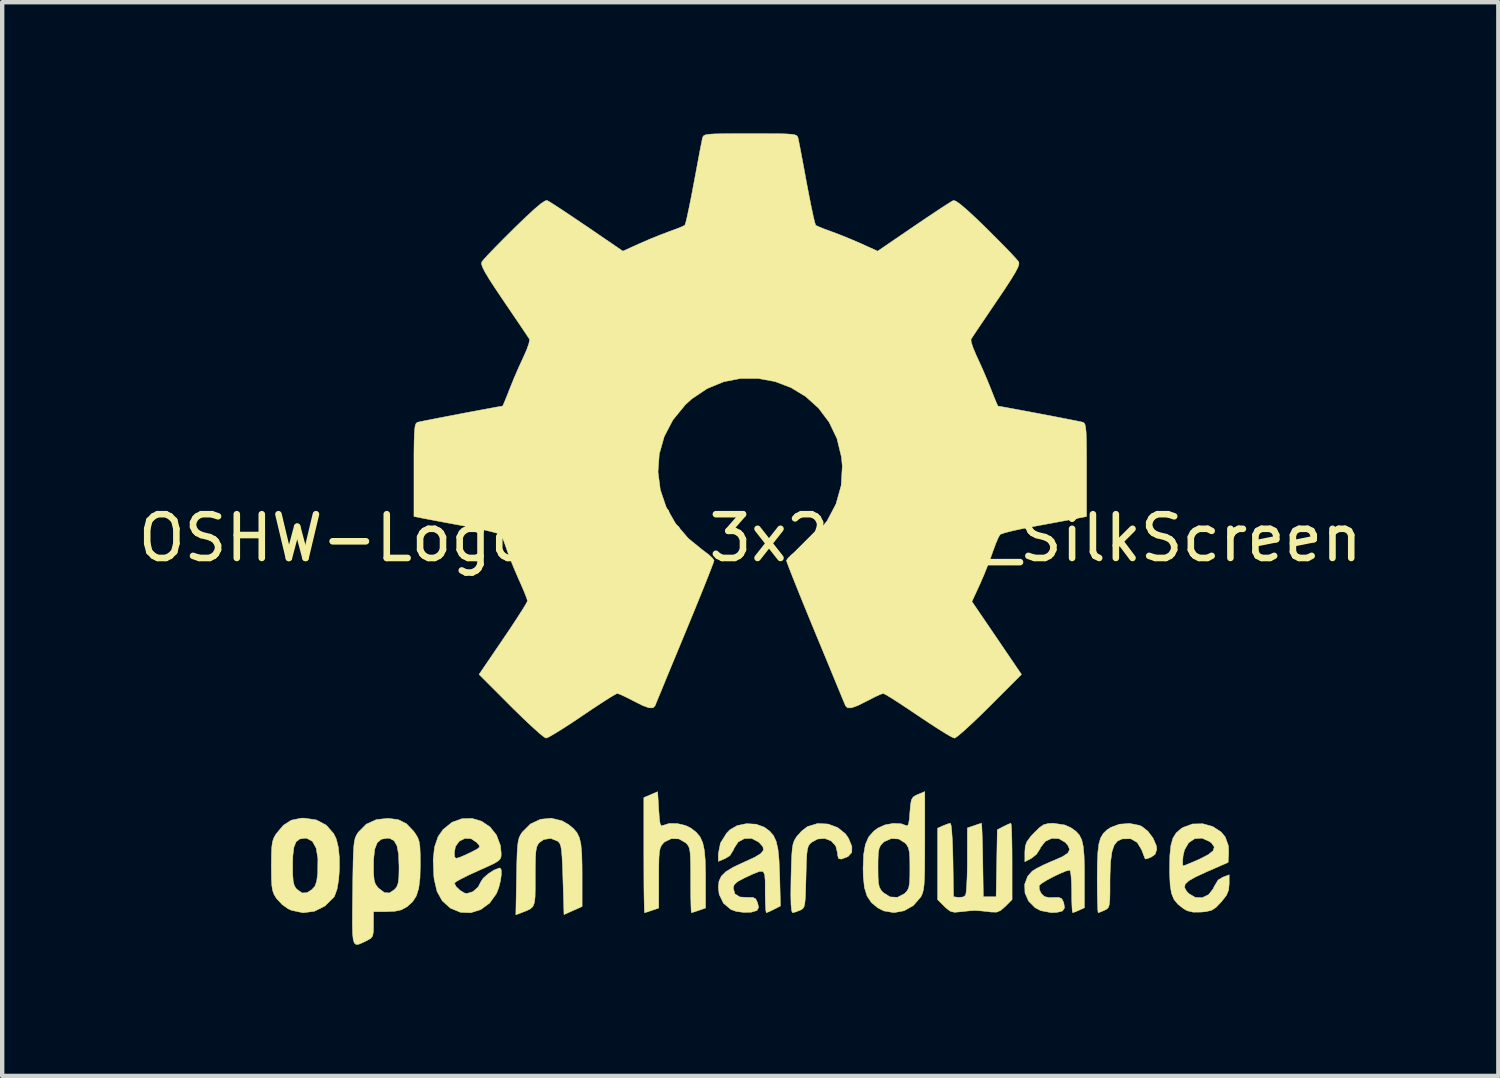
<source format=kicad_pcb>
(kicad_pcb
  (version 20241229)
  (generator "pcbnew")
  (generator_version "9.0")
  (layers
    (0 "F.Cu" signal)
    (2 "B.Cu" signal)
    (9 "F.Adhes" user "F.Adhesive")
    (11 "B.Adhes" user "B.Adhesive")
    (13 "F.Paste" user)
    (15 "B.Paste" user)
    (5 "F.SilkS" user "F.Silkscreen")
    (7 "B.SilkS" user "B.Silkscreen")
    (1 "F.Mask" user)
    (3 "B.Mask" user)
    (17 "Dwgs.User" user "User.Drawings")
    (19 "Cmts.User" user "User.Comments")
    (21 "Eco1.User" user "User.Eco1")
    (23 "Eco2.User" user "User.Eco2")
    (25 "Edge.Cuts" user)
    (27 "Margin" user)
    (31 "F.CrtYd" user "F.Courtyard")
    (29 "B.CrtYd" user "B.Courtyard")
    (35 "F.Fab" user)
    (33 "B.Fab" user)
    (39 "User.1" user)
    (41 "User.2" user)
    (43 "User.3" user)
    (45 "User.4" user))
  (footprint "OSHW-Logo2_24.3x20mm_SilkScreen"
    (layer "F.Cu")
    (at 14.101 9.25)
    (property "Reference" "OSHW-Logo2_24.3x20mm_SilkScreen" (at 0 0 0) (layer "F.SilkS") (effects (font (size 1 1) (thickness 0.15))))
    (attr board_only exclude_from_pos_files exclude_from_bom)
    (fp_poly (pts (xy 8.893 6.567) (xy 8.951 6.592) (xy 9.09 6.702) (xy 9.209 6.861) (xy 9.282 7.031) (xy 9.294 7.114) (xy 9.254 7.231) (xy 9.166 7.293) (xy 9.072 7.33) (xy 9.029 7.337) (xy 9.008 7.287) (xy 8.966 7.178) (xy 8.948 7.129) (xy 8.846 6.959) (xy 8.698 6.874) (xy 8.509 6.877) (xy 8.495 6.88) (xy 8.393 6.928) (xy 8.319 7.021) (xy 8.268 7.172) (xy 8.238 7.391) (xy 8.225 7.69) (xy 8.223 7.849) (xy 8.223 8.1) (xy 8.219 8.271) (xy 8.208 8.379) (xy 8.187 8.443) (xy 8.153 8.48) (xy 8.102 8.506) (xy 8.099 8.508) (xy 8.002 8.549) (xy 7.953 8.564) (xy 7.946 8.518) (xy 7.94 8.391) (xy 7.935 8.199) (xy 7.932 7.959) (xy 7.931 7.783) (xy 7.934 7.443) (xy 7.946 7.184) (xy 7.969 6.993) (xy 8.009 6.854) (xy 8.07 6.752) (xy 8.154 6.672) (xy 8.238 6.616) (xy 8.439 6.541) (xy 8.673 6.524) (xy 8.893 6.567)) (stroke (width 0.01) (type solid)) (fill yes) (layer "F.SilkS"))
    (fp_poly (pts (xy -4.304 6.463) (xy -4.148 6.553) (xy -4.04 6.643) (xy -3.96 6.737) (xy -3.905 6.852) (xy -3.871 7.004) (xy -3.852 7.211) (xy -3.845 7.488) (xy -3.844 7.688) (xy -3.844 8.423) (xy -4.051 8.515) (xy -4.258 8.608) (xy -4.282 7.803) (xy -4.292 7.503) (xy -4.303 7.285) (xy -4.316 7.134) (xy -4.333 7.036) (xy -4.357 6.976) (xy -4.39 6.938) (xy -4.401 6.93) (xy -4.56 6.866) (xy -4.721 6.891) (xy -4.817 6.958) (xy -4.856 7.006) (xy -4.883 7.068) (xy -4.9 7.162) (xy -4.91 7.306) (xy -4.914 7.516) (xy -4.915 7.735) (xy -4.915 8.01) (xy -4.919 8.205) (xy -4.935 8.336) (xy -4.968 8.421) (xy -5.026 8.476) (xy -5.113 8.519) (xy -5.231 8.564) (xy -5.359 8.613) (xy -5.343 7.749) (xy -5.337 7.438) (xy -5.33 7.207) (xy -5.32 7.043) (xy -5.304 6.927) (xy -5.282 6.844) (xy -5.25 6.779) (xy -5.211 6.721) (xy -5.025 6.536) (xy -4.797 6.429) (xy -4.55 6.404) (xy -4.304 6.463)) (stroke (width 0.01) (type solid)) (fill yes) (layer "F.SilkS"))
    (fp_poly (pts (xy 1.777 6.537) (xy 1.998 6.618) (xy 2.177 6.762) (xy 2.247 6.864) (xy 2.323 7.05) (xy 2.321 7.185) (xy 2.241 7.276) (xy 2.212 7.291) (xy 2.084 7.339) (xy 2.018 7.327) (xy 1.996 7.246) (xy 1.995 7.202) (xy 1.954 7.038) (xy 1.849 6.923) (xy 1.702 6.867) (xy 1.538 6.881) (xy 1.404 6.954) (xy 1.359 6.995) (xy 1.327 7.045) (xy 1.306 7.121) (xy 1.292 7.239) (xy 1.283 7.417) (xy 1.276 7.67) (xy 1.274 7.75) (xy 1.267 8.025) (xy 1.26 8.218) (xy 1.248 8.346) (xy 1.23 8.425) (xy 1.203 8.47) (xy 1.163 8.497) (xy 1.138 8.509) (xy 1.03 8.55) (xy 0.966 8.564) (xy 0.945 8.519) (xy 0.932 8.381) (xy 0.927 8.15) (xy 0.931 7.824) (xy 0.932 7.773) (xy 0.939 7.476) (xy 0.948 7.258) (xy 0.96 7.104) (xy 0.978 6.996) (xy 1.005 6.918) (xy 1.043 6.852) (xy 1.062 6.824) (xy 1.174 6.698) (xy 1.3 6.601) (xy 1.315 6.593) (xy 1.54 6.525) (xy 1.777 6.537)) (stroke (width 0.01) (type solid)) (fill yes) (layer "F.SilkS"))
    (fp_poly (pts (xy -2.092 6.206) (xy -2.078 6.405) (xy -2.062 6.523) (xy -2.039 6.574) (xy -2.006 6.574) (xy -1.995 6.568) (xy -1.852 6.524) (xy -1.665 6.527) (xy -1.476 6.572) (xy -1.357 6.631) (xy -1.236 6.725) (xy -1.147 6.831) (xy -1.086 6.966) (xy -1.048 7.146) (xy -1.028 7.388) (xy -1.022 7.707) (xy -1.022 7.769) (xy -1.022 8.457) (xy -1.175 8.511) (xy -1.284 8.547) (xy -1.344 8.564) (xy -1.345 8.564) (xy -1.351 8.518) (xy -1.356 8.392) (xy -1.36 8.201) (xy -1.362 7.963) (xy -1.362 7.818) (xy -1.363 7.533) (xy -1.367 7.328) (xy -1.375 7.188) (xy -1.391 7.096) (xy -1.416 7.035) (xy -1.452 6.989) (xy -1.475 6.967) (xy -1.632 6.877) (xy -1.803 6.871) (xy -1.958 6.946) (xy -1.987 6.974) (xy -2.029 7.025) (xy -2.058 7.086) (xy -2.076 7.174) (xy -2.087 7.307) (xy -2.091 7.502) (xy -2.092 7.772) (xy -2.092 8.457) (xy -2.246 8.511) (xy -2.354 8.547) (xy -2.414 8.564) (xy -2.416 8.564) (xy -2.42 8.517) (xy -2.424 8.386) (xy -2.428 8.182) (xy -2.431 7.919) (xy -2.432 7.608) (xy -2.433 7.263) (xy -2.433 7.248) (xy -2.433 5.932) (xy -2.117 5.798) (xy -2.092 6.206)) (stroke (width 0.01) (type solid)) (fill yes) (layer "F.SilkS"))
    (fp_poly (pts (xy 5.967 6.566) (xy 5.974 6.694) (xy 5.98 6.889) (xy 5.984 7.135) (xy 5.985 7.392) (xy 5.985 8.265) (xy 5.831 8.419) (xy 5.725 8.513) (xy 5.632 8.552) (xy 5.505 8.549) (xy 5.454 8.543) (xy 5.296 8.525) (xy 5.165 8.515) (xy 5.134 8.514) (xy 5.026 8.52) (xy 4.873 8.536) (xy 4.813 8.543) (xy 4.667 8.555) (xy 4.569 8.53) (xy 4.471 8.453) (xy 4.436 8.419) (xy 4.282 8.265) (xy 4.282 6.633) (xy 4.406 6.577) (xy 4.513 6.535) (xy 4.575 6.52) (xy 4.591 6.567) (xy 4.606 6.696) (xy 4.619 6.894) (xy 4.629 7.146) (xy 4.634 7.36) (xy 4.647 8.199) (xy 4.763 8.215) (xy 4.869 8.204) (xy 4.92 8.167) (xy 4.935 8.097) (xy 4.947 7.949) (xy 4.957 7.741) (xy 4.962 7.493) (xy 4.962 7.364) (xy 4.963 6.627) (xy 5.116 6.574) (xy 5.225 6.537) (xy 5.284 6.52) (xy 5.286 6.52) (xy 5.292 6.566) (xy 5.298 6.694) (xy 5.305 6.888) (xy 5.311 7.132) (xy 5.315 7.36) (xy 5.328 8.199) (xy 5.62 8.199) (xy 5.634 7.433) (xy 5.647 6.668) (xy 5.789 6.594) (xy 5.894 6.543) (xy 5.957 6.52) (xy 5.958 6.52) (xy 5.967 6.566)) (stroke (width 0.01) (type solid)) (fill yes) (layer "F.SilkS"))
    (fp_poly (pts (xy -9.92 6.443) (xy -9.692 6.563) (xy -9.523 6.756) (xy -9.463 6.88) (xy -9.417 7.067) (xy -9.393 7.302) (xy -9.391 7.559) (xy -9.409 7.81) (xy -9.446 8.027) (xy -9.502 8.183) (xy -9.519 8.21) (xy -9.721 8.41) (xy -9.961 8.531) (xy -10.221 8.566) (xy -10.485 8.511) (xy -10.558 8.479) (xy -10.701 8.378) (xy -10.826 8.245) (xy -10.838 8.228) (xy -10.886 8.147) (xy -10.918 8.06) (xy -10.937 7.945) (xy -10.946 7.782) (xy -10.948 7.546) (xy -10.948 7.493) (xy -10.948 7.477) (xy -10.462 7.477) (xy -10.459 7.699) (xy -10.448 7.846) (xy -10.424 7.941) (xy -10.385 8.007) (xy -10.364 8.029) (xy -10.248 8.112) (xy -10.135 8.108) (xy -10.021 8.036) (xy -9.952 7.959) (xy -9.912 7.846) (xy -9.889 7.669) (xy -9.888 7.648) (xy -9.884 7.327) (xy -9.924 7.088) (xy -10.009 6.934) (xy -10.136 6.865) (xy -10.182 6.861) (xy -10.301 6.88) (xy -10.383 6.945) (xy -10.433 7.071) (xy -10.457 7.269) (xy -10.462 7.477) (xy -10.948 7.477) (xy -10.946 7.243) (xy -10.939 7.068) (xy -10.922 6.946) (xy -10.893 6.857) (xy -10.849 6.778) (xy -10.839 6.763) (xy -10.673 6.565) (xy -10.493 6.45) (xy -10.273 6.404) (xy -10.199 6.402) (xy -9.92 6.443)) (stroke (width 0.01) (type solid)) (fill yes) (layer "F.SilkS"))
    (fp_poly (pts (xy 10.572 6.594) (xy 10.765 6.72) (xy 10.858 6.833) (xy 10.931 7.037) (xy 10.937 7.199) (xy 10.924 7.415) (xy 10.425 7.633) (xy 10.183 7.745) (xy 10.024 7.835) (xy 9.942 7.912) (xy 9.928 7.988) (xy 9.973 8.071) (xy 10.024 8.126) (xy 10.171 8.214) (xy 10.33 8.221) (xy 10.477 8.152) (xy 10.585 8.015) (xy 10.604 7.967) (xy 10.696 7.816) (xy 10.803 7.752) (xy 10.948 7.697) (xy 10.948 7.905) (xy 10.935 8.047) (xy 10.885 8.167) (xy 10.779 8.304) (xy 10.763 8.322) (xy 10.646 8.444) (xy 10.545 8.51) (xy 10.418 8.54) (xy 10.313 8.55) (xy 10.126 8.552) (xy 9.992 8.521) (xy 9.909 8.475) (xy 9.778 8.373) (xy 9.687 8.263) (xy 9.63 8.124) (xy 9.599 7.937) (xy 9.587 7.682) (xy 9.586 7.552) (xy 9.589 7.396) (xy 9.883 7.396) (xy 9.887 7.48) (xy 9.895 7.493) (xy 9.951 7.475) (xy 10.072 7.426) (xy 10.233 7.356) (xy 10.267 7.341) (xy 10.47 7.237) (xy 10.583 7.146) (xy 10.607 7.061) (xy 10.548 6.975) (xy 10.5 6.937) (xy 10.324 6.86) (xy 10.159 6.873) (xy 10.021 6.966) (xy 9.926 7.131) (xy 9.895 7.262) (xy 9.883 7.396) (xy 9.589 7.396) (xy 9.592 7.249) (xy 9.616 7.025) (xy 9.661 6.862) (xy 9.736 6.741) (xy 9.845 6.646) (xy 9.892 6.616) (xy 10.108 6.536) (xy 10.344 6.531) (xy 10.572 6.594)) (stroke (width 0.01) (type solid)) (fill yes) (layer "F.SilkS"))
    (fp_poly (pts (xy 3.99 6.924) (xy 3.989 7.288) (xy 3.987 7.568) (xy 3.982 7.777) (xy 3.973 7.929) (xy 3.959 8.037) (xy 3.939 8.115) (xy 3.913 8.177) (xy 3.893 8.212) (xy 3.727 8.401) (xy 3.518 8.52) (xy 3.285 8.563) (xy 3.053 8.524) (xy 2.915 8.454) (xy 2.769 8.332) (xy 2.67 8.184) (xy 2.61 7.991) (xy 2.583 7.732) (xy 2.579 7.542) (xy 2.58 7.529) (xy 2.92 7.529) (xy 2.922 7.746) (xy 2.931 7.89) (xy 2.953 7.984) (xy 2.992 8.053) (xy 3.039 8.104) (xy 3.196 8.203) (xy 3.365 8.212) (xy 3.524 8.129) (xy 3.537 8.118) (xy 3.59 8.059) (xy 3.623 7.99) (xy 3.641 7.886) (xy 3.648 7.726) (xy 3.649 7.549) (xy 3.647 7.326) (xy 3.637 7.178) (xy 3.614 7.08) (xy 3.575 7.011) (xy 3.544 6.974) (xy 3.396 6.88) (xy 3.226 6.869) (xy 3.063 6.94) (xy 3.032 6.967) (xy 2.979 7.026) (xy 2.946 7.096) (xy 2.928 7.2) (xy 2.921 7.362) (xy 2.92 7.529) (xy 2.58 7.529) (xy 2.591 7.237) (xy 2.631 7.007) (xy 2.706 6.834) (xy 2.823 6.7) (xy 2.915 6.631) (xy 3.081 6.556) (xy 3.273 6.522) (xy 3.452 6.531) (xy 3.552 6.568) (xy 3.591 6.579) (xy 3.617 6.539) (xy 3.636 6.433) (xy 3.649 6.271) (xy 3.664 6.091) (xy 3.685 5.982) (xy 3.724 5.92) (xy 3.79 5.879) (xy 3.832 5.861) (xy 3.99 5.795) (xy 3.99 6.924)) (stroke (width 0.01) (type solid)) (fill yes) (layer "F.SilkS"))
    (fp_poly (pts (xy -6.141 6.474) (xy -5.949 6.604) (xy -5.801 6.79) (xy -5.712 7.027) (xy -5.694 7.202) (xy -5.696 7.275) (xy -5.713 7.33) (xy -5.76 7.38) (xy -5.851 7.436) (xy -6.002 7.508) (xy -6.227 7.608) (xy -6.228 7.609) (xy -6.435 7.703) (xy -6.605 7.788) (xy -6.72 7.852) (xy -6.764 7.888) (xy -6.764 7.888) (xy -6.726 7.966) (xy -6.636 8.052) (xy -6.534 8.114) (xy -6.482 8.126) (xy -6.341 8.084) (xy -6.22 7.977) (xy -6.16 7.86) (xy -6.103 7.774) (xy -5.991 7.676) (xy -5.86 7.591) (xy -5.744 7.545) (xy -5.719 7.542) (xy -5.692 7.584) (xy -5.69 7.691) (xy -5.71 7.834) (xy -5.748 7.988) (xy -5.8 8.122) (xy -5.803 8.128) (xy -5.958 8.345) (xy -6.159 8.492) (xy -6.388 8.565) (xy -6.626 8.556) (xy -6.853 8.461) (xy -6.863 8.454) (xy -7.042 8.292) (xy -7.16 8.081) (xy -7.225 7.803) (xy -7.234 7.724) (xy -7.249 7.356) (xy -7.231 7.184) (xy -6.764 7.184) (xy -6.758 7.291) (xy -6.724 7.322) (xy -6.642 7.299) (xy -6.511 7.243) (xy -6.365 7.174) (xy -6.362 7.172) (xy -6.238 7.107) (xy -6.189 7.064) (xy -6.201 7.018) (xy -6.252 6.959) (xy -6.383 6.872) (xy -6.524 6.866) (xy -6.651 6.929) (xy -6.738 7.05) (xy -6.764 7.184) (xy -7.231 7.184) (xy -7.217 7.06) (xy -7.136 6.826) (xy -7.022 6.662) (xy -6.817 6.497) (xy -6.591 6.415) (xy -6.36 6.409) (xy -6.141 6.474)) (stroke (width 0.01) (type solid)) (fill yes) (layer "F.SilkS"))
    (fp_poly (pts (xy 0.133 6.541) (xy 0.324 6.611) (xy 0.326 6.613) (xy 0.444 6.7) (xy 0.531 6.801) (xy 0.592 6.933) (xy 0.633 7.112) (xy 0.657 7.354) (xy 0.671 7.675) (xy 0.673 7.721) (xy 0.69 8.411) (xy 0.542 8.487) (xy 0.435 8.539) (xy 0.37 8.564) (xy 0.367 8.564) (xy 0.356 8.519) (xy 0.347 8.397) (xy 0.342 8.218) (xy 0.341 8.074) (xy 0.341 7.84) (xy 0.33 7.693) (xy 0.293 7.623) (xy 0.213 7.62) (xy 0.075 7.673) (xy -0.134 7.77) (xy -0.287 7.851) (xy -0.366 7.922) (xy -0.389 7.998) (xy -0.389 8.002) (xy -0.351 8.134) (xy -0.238 8.205) (xy -0.064 8.215) (xy 0.061 8.214) (xy 0.126 8.25) (xy 0.167 8.336) (xy 0.191 8.446) (xy 0.157 8.509) (xy 0.144 8.517) (xy 0.023 8.553) (xy -0.146 8.558) (xy -0.32 8.535) (xy -0.443 8.491) (xy -0.614 8.346) (xy -0.711 8.145) (xy -0.73 7.987) (xy -0.715 7.845) (xy -0.662 7.729) (xy -0.557 7.626) (xy -0.387 7.523) (xy -0.137 7.406) (xy -0.122 7.4) (xy 0.103 7.296) (xy 0.242 7.211) (xy 0.302 7.134) (xy 0.289 7.056) (xy 0.21 6.967) (xy 0.186 6.946) (xy 0.029 6.866) (xy -0.134 6.87) (xy -0.277 6.948) (xy -0.371 7.093) (xy -0.38 7.121) (xy -0.465 7.259) (xy -0.573 7.326) (xy -0.73 7.391) (xy -0.73 7.221) (xy -0.682 6.973) (xy -0.541 6.746) (xy -0.467 6.67) (xy -0.3 6.573) (xy -0.087 6.529) (xy 0.133 6.541)) (stroke (width 0.01) (type solid)) (fill yes) (layer "F.SilkS"))
    (fp_poly (pts (xy -8.047 6.437) (xy -7.861 6.529) (xy -7.697 6.7) (xy -7.652 6.763) (xy -7.602 6.846) (xy -7.57 6.936) (xy -7.552 7.056) (xy -7.544 7.229) (xy -7.542 7.457) (xy -7.55 7.77) (xy -7.579 8.005) (xy -7.633 8.18) (xy -7.719 8.314) (xy -7.843 8.425) (xy -7.852 8.431) (xy -7.974 8.498) (xy -8.121 8.531) (xy -8.308 8.54) (xy -8.612 8.54) (xy -8.613 8.835) (xy -8.615 8.999) (xy -8.633 9.096) (xy -8.678 9.153) (xy -8.764 9.202) (xy -8.785 9.212) (xy -8.882 9.258) (xy -8.957 9.288) (xy -9.012 9.29) (xy -9.052 9.256) (xy -9.077 9.176) (xy -9.091 9.04) (xy -9.096 8.838) (xy -9.095 8.56) (xy -9.091 8.198) (xy -9.089 8.09) (xy -9.085 7.716) (xy -9.08 7.471) (xy -8.613 7.471) (xy -8.61 7.679) (xy -8.598 7.815) (xy -8.572 7.904) (xy -8.525 7.973) (xy -8.493 8.007) (xy -8.363 8.105) (xy -8.248 8.113) (xy -8.129 8.032) (xy -8.126 8.029) (xy -8.078 7.966) (xy -8.048 7.881) (xy -8.033 7.75) (xy -8.029 7.549) (xy -8.029 7.504) (xy -8.04 7.228) (xy -8.076 7.036) (xy -8.142 6.919) (xy -8.242 6.866) (xy -8.299 6.861) (xy -8.436 6.886) (xy -8.529 6.968) (xy -8.586 7.117) (xy -8.61 7.346) (xy -8.613 7.471) (xy -9.08 7.471) (xy -9.08 7.427) (xy -9.073 7.209) (xy -9.064 7.05) (xy -9.05 6.937) (xy -9.032 6.858) (xy -9.007 6.798) (xy -8.975 6.746) (xy -8.962 6.726) (xy -8.779 6.541) (xy -8.548 6.436) (xy -8.28 6.407) (xy -8.047 6.437)) (stroke (width 0.01) (type solid)) (fill yes) (layer "F.SilkS"))
    (fp_poly (pts (xy 7.191 6.559) (xy 7.331 6.622) (xy 7.441 6.7) (xy 7.521 6.786) (xy 7.577 6.897) (xy 7.612 7.05) (xy 7.631 7.259) (xy 7.639 7.541) (xy 7.639 7.727) (xy 7.639 8.451) (xy 7.516 8.508) (xy 7.418 8.549) (xy 7.37 8.564) (xy 7.36 8.519) (xy 7.353 8.397) (xy 7.348 8.219) (xy 7.348 8.077) (xy 7.343 7.873) (xy 7.332 7.711) (xy 7.316 7.612) (xy 7.303 7.591) (xy 7.217 7.612) (xy 7.082 7.668) (xy 6.925 7.742) (xy 6.775 7.823) (xy 6.659 7.895) (xy 6.604 7.944) (xy 6.604 7.945) (xy 6.609 8.036) (xy 6.651 8.124) (xy 6.724 8.195) (xy 6.832 8.219) (xy 6.923 8.216) (xy 7.053 8.214) (xy 7.121 8.244) (xy 7.162 8.325) (xy 7.167 8.34) (xy 7.185 8.454) (xy 7.138 8.524) (xy 7.014 8.557) (xy 6.88 8.563) (xy 6.64 8.518) (xy 6.515 8.453) (xy 6.362 8.3) (xy 6.28 8.113) (xy 6.273 7.915) (xy 6.342 7.731) (xy 6.445 7.615) (xy 6.549 7.55) (xy 6.711 7.469) (xy 6.901 7.385) (xy 6.933 7.373) (xy 7.141 7.281) (xy 7.261 7.2) (xy 7.3 7.119) (xy 7.263 7.029) (xy 7.202 6.958) (xy 7.055 6.871) (xy 6.894 6.865) (xy 6.747 6.932) (xy 6.64 7.066) (xy 6.626 7.1) (xy 6.545 7.227) (xy 6.427 7.321) (xy 6.277 7.399) (xy 6.277 7.179) (xy 6.286 7.045) (xy 6.324 6.94) (xy 6.407 6.827) (xy 6.488 6.74) (xy 6.613 6.617) (xy 6.71 6.551) (xy 6.814 6.525) (xy 6.932 6.52) (xy 7.191 6.559)) (stroke (width 0.01) (type solid)) (fill yes) (layer "F.SilkS"))
    (fp_poly (pts (xy 0.348 -9.245) (xy 0.612 -9.244) (xy 0.802 -9.24) (xy 0.932 -9.232) (xy 1.014 -9.22) (xy 1.06 -9.201) (xy 1.083 -9.175) (xy 1.094 -9.14) (xy 1.095 -9.136) (xy 1.112 -9.055) (xy 1.143 -8.895) (xy 1.185 -8.674) (xy 1.235 -8.408) (xy 1.289 -8.114) (xy 1.291 -8.103) (xy 1.346 -7.815) (xy 1.397 -7.561) (xy 1.441 -7.355) (xy 1.475 -7.214) (xy 1.496 -7.151) (xy 1.497 -7.15) (xy 1.558 -7.12) (xy 1.684 -7.069) (xy 1.848 -7.009) (xy 1.849 -7.009) (xy 2.055 -6.931) (xy 2.299 -6.832) (xy 2.528 -6.733) (xy 2.539 -6.728) (xy 2.912 -6.559) (xy 3.739 -7.124) (xy 3.993 -7.296) (xy 4.223 -7.45) (xy 4.416 -7.577) (xy 4.558 -7.668) (xy 4.636 -7.714) (xy 4.643 -7.718) (xy 4.7 -7.702) (xy 4.806 -7.628) (xy 4.966 -7.491) (xy 5.184 -7.289) (xy 5.406 -7.073) (xy 5.619 -6.86) (xy 5.811 -6.667) (xy 5.968 -6.503) (xy 6.08 -6.382) (xy 6.135 -6.316) (xy 6.137 -6.313) (xy 6.143 -6.267) (xy 6.121 -6.193) (xy 6.063 -6.08) (xy 5.965 -5.918) (xy 5.822 -5.697) (xy 5.63 -5.413) (xy 5.46 -5.162) (xy 5.309 -4.938) (xy 5.183 -4.752) (xy 5.094 -4.618) (xy 5.049 -4.549) (xy 5.046 -4.545) (xy 5.051 -4.479) (xy 5.093 -4.351) (xy 5.163 -4.184) (xy 5.188 -4.131) (xy 5.296 -3.895) (xy 5.412 -3.626) (xy 5.506 -3.394) (xy 5.574 -3.222) (xy 5.628 -3.091) (xy 5.659 -3.022) (xy 5.662 -3.017) (xy 5.72 -3.008) (xy 5.854 -2.984) (xy 6.049 -2.948) (xy 6.285 -2.904) (xy 6.545 -2.855) (xy 6.811 -2.805) (xy 7.065 -2.756) (xy 7.289 -2.712) (xy 7.465 -2.677) (xy 7.576 -2.654) (xy 7.603 -2.648) (xy 7.631 -2.632) (xy 7.652 -2.596) (xy 7.667 -2.527) (xy 7.678 -2.415) (xy 7.684 -2.245) (xy 7.687 -2.007) (xy 7.688 -1.688) (xy 7.688 -1.557) (xy 7.688 -0.493) (xy 7.433 -0.443) (xy 7.291 -0.416) (xy 7.078 -0.376) (xy 6.822 -0.328) (xy 6.548 -0.278) (xy 6.472 -0.264) (xy 6.218 -0.214) (xy 5.997 -0.166) (xy 5.828 -0.123) (xy 5.728 -0.089) (xy 5.711 -0.079) (xy 5.67 -0.009) (xy 5.612 0.127) (xy 5.547 0.303) (xy 5.534 0.341) (xy 5.449 0.575) (xy 5.343 0.84) (xy 5.24 1.077) (xy 5.239 1.078) (xy 5.067 1.451) (xy 5.634 2.284) (xy 6.2 3.117) (xy 5.473 3.845) (xy 5.253 4.062) (xy 5.052 4.253) (xy 4.882 4.409) (xy 4.754 4.518) (xy 4.679 4.571) (xy 4.668 4.574) (xy 4.605 4.548) (xy 4.476 4.474) (xy 4.296 4.362) (xy 4.078 4.221) (xy 3.842 4.063) (xy 3.602 3.902) (xy 3.389 3.761) (xy 3.215 3.65) (xy 3.094 3.578) (xy 3.04 3.552) (xy 2.974 3.574) (xy 2.849 3.631) (xy 2.691 3.712) (xy 2.674 3.721) (xy 2.461 3.828) (xy 2.314 3.881) (xy 2.223 3.881) (xy 2.176 3.833) (xy 2.176 3.832) (xy 2.152 3.774) (xy 2.095 3.637) (xy 2.01 3.431) (xy 1.901 3.167) (xy 1.773 2.856) (xy 1.629 2.508) (xy 1.489 2.171) (xy 1.336 1.799) (xy 1.195 1.454) (xy 1.071 1.147) (xy 0.968 0.889) (xy 0.89 0.69) (xy 0.842 0.561) (xy 0.827 0.512) (xy 0.865 0.457) (xy 0.962 0.369) (xy 1.093 0.271) (xy 1.464 -0.037) (xy 1.755 -0.39) (xy 1.96 -0.78) (xy 2.078 -1.201) (xy 2.104 -1.644) (xy 2.085 -1.849) (xy 1.982 -2.274) (xy 1.803 -2.649) (xy 1.561 -2.97) (xy 1.267 -3.235) (xy 0.931 -3.439) (xy 0.564 -3.578) (xy 0.178 -3.649) (xy -0.216 -3.649) (xy -0.608 -3.573) (xy -0.986 -3.417) (xy -1.34 -3.179) (xy -1.487 -3.044) (xy -1.77 -2.698) (xy -1.967 -2.32) (xy -2.08 -1.921) (xy -2.109 -1.512) (xy -2.056 -1.103) (xy -1.922 -0.707) (xy -1.709 -0.334) (xy -1.418 0.006) (xy -1.093 0.271) (xy -0.957 0.373) (xy -0.862 0.46) (xy -0.827 0.512) (xy -0.845 0.569) (xy -0.897 0.706) (xy -0.977 0.911) (xy -1.082 1.174) (xy -1.208 1.484) (xy -1.35 1.832) (xy -1.49 2.171) (xy -1.644 2.543) (xy -1.787 2.888) (xy -1.914 3.195) (xy -2.02 3.454) (xy -2.103 3.654) (xy -2.156 3.783) (xy -2.176 3.832) (xy -2.223 3.881) (xy -2.313 3.881) (xy -2.459 3.829) (xy -2.672 3.722) (xy -2.674 3.721) (xy -2.834 3.639) (xy -2.964 3.578) (xy -3.037 3.552) (xy -3.04 3.552) (xy -3.095 3.578) (xy -3.217 3.651) (xy -3.391 3.763) (xy -3.605 3.903) (xy -3.842 4.063) (xy -4.083 4.225) (xy -4.3 4.365) (xy -4.48 4.476) (xy -4.607 4.549) (xy -4.668 4.574) (xy -4.724 4.541) (xy -4.837 4.448) (xy -4.995 4.306) (xy -5.187 4.125) (xy -5.403 3.915) (xy -5.473 3.845) (xy -6.2 3.117) (xy -5.647 2.304) (xy -5.478 2.054) (xy -5.331 1.83) (xy -5.212 1.645) (xy -5.13 1.511) (xy -5.094 1.442) (xy -5.093 1.437) (xy -5.112 1.371) (xy -5.163 1.24) (xy -5.238 1.064) (xy -5.291 0.947) (xy -5.389 0.721) (xy -5.481 0.494) (xy -5.553 0.302) (xy -5.572 0.243) (xy -5.627 0.087) (xy -5.681 -0.034) (xy -5.711 -0.079) (xy -5.776 -0.107) (xy -5.919 -0.147) (xy -6.121 -0.194) (xy -6.363 -0.243) (xy -6.472 -0.264) (xy -6.747 -0.314) (xy -7.011 -0.363) (xy -7.238 -0.406) (xy -7.402 -0.437) (xy -7.433 -0.443) (xy -7.688 -0.493) (xy -7.688 -1.557) (xy -7.688 -1.907) (xy -7.685 -2.172) (xy -7.68 -2.363) (xy -7.671 -2.494) (xy -7.658 -2.577) (xy -7.639 -2.622) (xy -7.613 -2.644) (xy -7.603 -2.648) (xy -7.54 -2.662) (xy -7.4 -2.69) (xy -7.202 -2.729) (xy -6.964 -2.775) (xy -6.703 -2.825) (xy -6.437 -2.876) (xy -6.185 -2.923) (xy -5.963 -2.964) (xy -5.791 -2.996) (xy -5.686 -3.014) (xy -5.662 -3.017) (xy -5.641 -3.059) (xy -5.594 -3.171) (xy -5.53 -3.331) (xy -5.506 -3.394) (xy -5.408 -3.637) (xy -5.292 -3.905) (xy -5.188 -4.131) (xy -5.111 -4.304) (xy -5.061 -4.446) (xy -5.044 -4.533) (xy -5.046 -4.545) (xy -5.082 -4.6) (xy -5.164 -4.722) (xy -5.283 -4.899) (xy -5.431 -5.117) (xy -5.598 -5.363) (xy -5.631 -5.412) (xy -5.825 -5.7) (xy -5.968 -5.92) (xy -6.064 -6.08) (xy -6.121 -6.193) (xy -6.144 -6.266) (xy -6.138 -6.312) (xy -6.138 -6.312) (xy -6.09 -6.372) (xy -5.983 -6.488) (xy -5.83 -6.647) (xy -5.642 -6.838) (xy -5.429 -7.049) (xy -5.406 -7.073) (xy -5.138 -7.332) (xy -4.932 -7.522) (xy -4.783 -7.647) (xy -4.686 -7.71) (xy -4.643 -7.718) (xy -4.581 -7.682) (xy -4.452 -7.6) (xy -4.27 -7.481) (xy -4.047 -7.332) (xy -3.798 -7.163) (xy -3.739 -7.124) (xy -2.912 -6.559) (xy -2.539 -6.728) (xy -2.312 -6.827) (xy -2.068 -6.926) (xy -1.858 -7.006) (xy -1.849 -7.009) (xy -1.685 -7.069) (xy -1.559 -7.12) (xy -1.497 -7.15) (xy -1.497 -7.15) (xy -1.477 -7.205) (xy -1.444 -7.341) (xy -1.401 -7.542) (xy -1.35 -7.793) (xy -1.296 -8.079) (xy -1.291 -8.103) (xy -1.236 -8.398) (xy -1.186 -8.665) (xy -1.144 -8.889) (xy -1.112 -9.051) (xy -1.095 -9.134) (xy -1.095 -9.136) (xy -1.084 -9.171) (xy -1.064 -9.198) (xy -1.021 -9.218) (xy -0.944 -9.231) (xy -0.82 -9.239) (xy -0.636 -9.243) (xy -0.382 -9.245) (xy -0.044 -9.245) (xy 0 -9.245) (xy 0.348 -9.245)) (stroke (width 0.01) (type solid)) (fill yes) (layer "F.SilkS")))
  (gr_rect
    (start -3 -3)
    (end 31.202 21.546)
    (stroke (width 0.1) (type default))
    (fill no)
    (layer "Edge.Cuts")))
</source>
